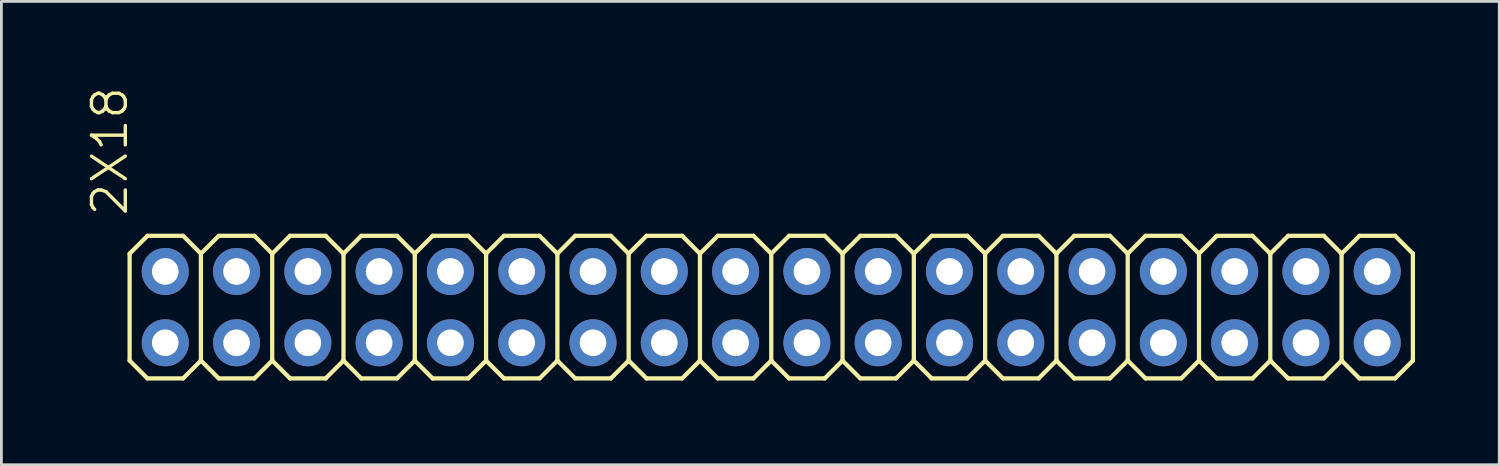
<source format=kicad_pcb>
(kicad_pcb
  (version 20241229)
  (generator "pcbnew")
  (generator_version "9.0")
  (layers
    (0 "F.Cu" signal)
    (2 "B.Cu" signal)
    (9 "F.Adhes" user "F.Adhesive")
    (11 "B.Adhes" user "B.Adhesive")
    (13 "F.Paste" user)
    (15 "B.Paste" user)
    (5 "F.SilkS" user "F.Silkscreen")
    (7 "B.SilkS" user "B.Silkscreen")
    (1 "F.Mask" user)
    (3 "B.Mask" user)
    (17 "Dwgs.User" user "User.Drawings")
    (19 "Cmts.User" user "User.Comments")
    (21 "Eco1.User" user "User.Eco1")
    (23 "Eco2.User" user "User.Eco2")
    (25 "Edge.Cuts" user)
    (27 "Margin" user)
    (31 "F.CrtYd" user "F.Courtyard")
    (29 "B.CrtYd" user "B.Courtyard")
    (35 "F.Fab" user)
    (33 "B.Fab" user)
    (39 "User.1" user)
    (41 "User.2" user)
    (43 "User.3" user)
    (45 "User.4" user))
  (footprint "2X18"
    (layer "F.Cu")
    (at 24.428 7.892)
    (property "Reference" "2X18" (at -22.86 -3.175 90) (layer "F.SilkS") (effects (font (size 1.206 1.206) (thickness 0.121)) (justify left bottom)))
    (attr through_hole)
    (fp_line (start -22.86 -1.905) (end -22.225 -2.54) (stroke (width 0.152) (type solid)) (layer "F.SilkS"))
    (fp_line (start -22.86 1.905) (end -22.86 -1.905) (stroke (width 0.152) (type solid)) (layer "F.SilkS"))
    (fp_line (start -22.86 1.905) (end -22.225 2.54) (stroke (width 0.152) (type solid)) (layer "F.SilkS"))
    (fp_line (start -22.225 -2.54) (end -20.955 -2.54) (stroke (width 0.152) (type solid)) (layer "F.SilkS"))
    (fp_line (start -22.225 2.54) (end -20.955 2.54) (stroke (width 0.152) (type solid)) (layer "F.SilkS"))
    (fp_line (start -20.955 -2.54) (end -20.32 -1.905) (stroke (width 0.152) (type solid)) (layer "F.SilkS"))
    (fp_line (start -20.955 2.54) (end -20.32 1.905) (stroke (width 0.152) (type solid)) (layer "F.SilkS"))
    (fp_line (start -20.32 -1.905) (end -20.32 1.905) (stroke (width 0.152) (type solid)) (layer "F.SilkS"))
    (fp_line (start -20.32 -1.905) (end -19.685 -2.54) (stroke (width 0.152) (type solid)) (layer "F.SilkS"))
    (fp_line (start -20.32 1.905) (end -19.685 2.54) (stroke (width 0.152) (type solid)) (layer "F.SilkS"))
    (fp_line (start -19.685 -2.54) (end -18.415 -2.54) (stroke (width 0.152) (type solid)) (layer "F.SilkS"))
    (fp_line (start -19.685 2.54) (end -18.415 2.54) (stroke (width 0.152) (type solid)) (layer "F.SilkS"))
    (fp_line (start -18.415 -2.54) (end -17.78 -1.905) (stroke (width 0.152) (type solid)) (layer "F.SilkS"))
    (fp_line (start -18.415 2.54) (end -17.78 1.905) (stroke (width 0.152) (type solid)) (layer "F.SilkS"))
    (fp_line (start -17.78 -1.905) (end -17.78 1.905) (stroke (width 0.152) (type solid)) (layer "F.SilkS"))
    (fp_line (start -17.78 -1.905) (end -17.145 -2.54) (stroke (width 0.152) (type solid)) (layer "F.SilkS"))
    (fp_line (start -17.78 1.905) (end -17.145 2.54) (stroke (width 0.152) (type solid)) (layer "F.SilkS"))
    (fp_line (start -17.145 -2.54) (end -15.875 -2.54) (stroke (width 0.152) (type solid)) (layer "F.SilkS"))
    (fp_line (start -17.145 2.54) (end -15.875 2.54) (stroke (width 0.152) (type solid)) (layer "F.SilkS"))
    (fp_line (start -15.875 -2.54) (end -15.24 -1.905) (stroke (width 0.152) (type solid)) (layer "F.SilkS"))
    (fp_line (start -15.875 2.54) (end -15.24 1.905) (stroke (width 0.152) (type solid)) (layer "F.SilkS"))
    (fp_line (start -15.24 -1.905) (end -15.24 1.905) (stroke (width 0.152) (type solid)) (layer "F.SilkS"))
    (fp_line (start -15.24 -1.905) (end -14.605 -2.54) (stroke (width 0.152) (type solid)) (layer "F.SilkS"))
    (fp_line (start -15.24 1.905) (end -14.605 2.54) (stroke (width 0.152) (type solid)) (layer "F.SilkS"))
    (fp_line (start -14.605 -2.54) (end -13.335 -2.54) (stroke (width 0.152) (type solid)) (layer "F.SilkS"))
    (fp_line (start -14.605 2.54) (end -13.335 2.54) (stroke (width 0.152) (type solid)) (layer "F.SilkS"))
    (fp_line (start -13.335 -2.54) (end -12.7 -1.905) (stroke (width 0.152) (type solid)) (layer "F.SilkS"))
    (fp_line (start -13.335 2.54) (end -12.7 1.905) (stroke (width 0.152) (type solid)) (layer "F.SilkS"))
    (fp_line (start -12.7 -1.905) (end -12.7 1.905) (stroke (width 0.152) (type solid)) (layer "F.SilkS"))
    (fp_line (start -12.7 -1.905) (end -12.065 -2.54) (stroke (width 0.152) (type solid)) (layer "F.SilkS"))
    (fp_line (start -12.7 1.905) (end -12.065 2.54) (stroke (width 0.152) (type solid)) (layer "F.SilkS"))
    (fp_line (start -12.065 -2.54) (end -10.795 -2.54) (stroke (width 0.152) (type solid)) (layer "F.SilkS"))
    (fp_line (start -12.065 2.54) (end -10.795 2.54) (stroke (width 0.152) (type solid)) (layer "F.SilkS"))
    (fp_line (start -10.795 -2.54) (end -10.16 -1.905) (stroke (width 0.152) (type solid)) (layer "F.SilkS"))
    (fp_line (start -10.795 2.54) (end -10.16 1.905) (stroke (width 0.152) (type solid)) (layer "F.SilkS"))
    (fp_line (start -10.16 -1.905) (end -10.16 1.905) (stroke (width 0.152) (type solid)) (layer "F.SilkS"))
    (fp_line (start -10.16 -1.905) (end -9.525 -2.54) (stroke (width 0.152) (type solid)) (layer "F.SilkS"))
    (fp_line (start -10.16 1.905) (end -9.525 2.54) (stroke (width 0.152) (type solid)) (layer "F.SilkS"))
    (fp_line (start -9.525 -2.54) (end -8.255 -2.54) (stroke (width 0.152) (type solid)) (layer "F.SilkS"))
    (fp_line (start -9.525 2.54) (end -8.255 2.54) (stroke (width 0.152) (type solid)) (layer "F.SilkS"))
    (fp_line (start -8.255 -2.54) (end -7.62 -1.905) (stroke (width 0.152) (type solid)) (layer "F.SilkS"))
    (fp_line (start -8.255 2.54) (end -7.62 1.905) (stroke (width 0.152) (type solid)) (layer "F.SilkS"))
    (fp_line (start -7.62 -1.905) (end -7.62 1.905) (stroke (width 0.152) (type solid)) (layer "F.SilkS"))
    (fp_line (start -7.62 -1.905) (end -6.985 -2.54) (stroke (width 0.152) (type solid)) (layer "F.SilkS"))
    (fp_line (start -7.62 1.905) (end -6.985 2.54) (stroke (width 0.152) (type solid)) (layer "F.SilkS"))
    (fp_line (start -6.985 -2.54) (end -5.715 -2.54) (stroke (width 0.152) (type solid)) (layer "F.SilkS"))
    (fp_line (start -5.715 -2.54) (end -5.08 -1.905) (stroke (width 0.152) (type solid)) (layer "F.SilkS"))
    (fp_line (start -5.715 2.54) (end -6.985 2.54) (stroke (width 0.152) (type solid)) (layer "F.SilkS"))
    (fp_line (start -5.08 -1.905) (end -5.08 1.905) (stroke (width 0.152) (type solid)) (layer "F.SilkS"))
    (fp_line (start -5.08 -1.905) (end -4.445 -2.54) (stroke (width 0.152) (type solid)) (layer "F.SilkS"))
    (fp_line (start -5.08 1.905) (end -5.715 2.54) (stroke (width 0.152) (type solid)) (layer "F.SilkS"))
    (fp_line (start -5.08 1.905) (end -4.445 2.54) (stroke (width 0.152) (type solid)) (layer "F.SilkS"))
    (fp_line (start -4.445 -2.54) (end -3.175 -2.54) (stroke (width 0.152) (type solid)) (layer "F.SilkS"))
    (fp_line (start -3.175 -2.54) (end -2.54 -1.905) (stroke (width 0.152) (type solid)) (layer "F.SilkS"))
    (fp_line (start -3.175 2.54) (end -4.445 2.54) (stroke (width 0.152) (type solid)) (layer "F.SilkS"))
    (fp_line (start -2.54 -1.905) (end -2.54 1.905) (stroke (width 0.152) (type solid)) (layer "F.SilkS"))
    (fp_line (start -2.54 -1.905) (end -1.905 -2.54) (stroke (width 0.152) (type solid)) (layer "F.SilkS"))
    (fp_line (start -2.54 1.905) (end -3.175 2.54) (stroke (width 0.152) (type solid)) (layer "F.SilkS"))
    (fp_line (start -2.54 1.905) (end -1.905 2.54) (stroke (width 0.152) (type solid)) (layer "F.SilkS"))
    (fp_line (start -1.905 -2.54) (end -0.635 -2.54) (stroke (width 0.152) (type solid)) (layer "F.SilkS"))
    (fp_line (start -0.635 -2.54) (end 0 -1.905) (stroke (width 0.152) (type solid)) (layer "F.SilkS"))
    (fp_line (start -0.635 2.54) (end -1.905 2.54) (stroke (width 0.152) (type solid)) (layer "F.SilkS"))
    (fp_line (start 0 -1.905) (end 0 1.905) (stroke (width 0.152) (type solid)) (layer "F.SilkS"))
    (fp_line (start 0 -1.905) (end 0.635 -2.54) (stroke (width 0.152) (type solid)) (layer "F.SilkS"))
    (fp_line (start 0 1.905) (end -0.635 2.54) (stroke (width 0.152) (type solid)) (layer "F.SilkS"))
    (fp_line (start 0 1.905) (end 0.635 2.54) (stroke (width 0.152) (type solid)) (layer "F.SilkS"))
    (fp_line (start 0.635 -2.54) (end 1.905 -2.54) (stroke (width 0.152) (type solid)) (layer "F.SilkS"))
    (fp_line (start 1.905 -2.54) (end 2.54 -1.905) (stroke (width 0.152) (type solid)) (layer "F.SilkS"))
    (fp_line (start 1.905 2.54) (end 0.635 2.54) (stroke (width 0.152) (type solid)) (layer "F.SilkS"))
    (fp_line (start 2.54 -1.905) (end 2.54 1.905) (stroke (width 0.152) (type solid)) (layer "F.SilkS"))
    (fp_line (start 2.54 -1.905) (end 3.175 -2.54) (stroke (width 0.152) (type solid)) (layer "F.SilkS"))
    (fp_line (start 2.54 1.905) (end 1.905 2.54) (stroke (width 0.152) (type solid)) (layer "F.SilkS"))
    (fp_line (start 2.54 1.905) (end 3.175 2.54) (stroke (width 0.152) (type solid)) (layer "F.SilkS"))
    (fp_line (start 3.175 -2.54) (end 4.445 -2.54) (stroke (width 0.152) (type solid)) (layer "F.SilkS"))
    (fp_line (start 4.445 -2.54) (end 5.08 -1.905) (stroke (width 0.152) (type solid)) (layer "F.SilkS"))
    (fp_line (start 4.445 2.54) (end 3.175 2.54) (stroke (width 0.152) (type solid)) (layer "F.SilkS"))
    (fp_line (start 5.08 -1.905) (end 5.08 1.905) (stroke (width 0.152) (type solid)) (layer "F.SilkS"))
    (fp_line (start 5.08 -1.905) (end 5.715 -2.54) (stroke (width 0.152) (type solid)) (layer "F.SilkS"))
    (fp_line (start 5.08 1.905) (end 4.445 2.54) (stroke (width 0.152) (type solid)) (layer "F.SilkS"))
    (fp_line (start 5.08 1.905) (end 5.715 2.54) (stroke (width 0.152) (type solid)) (layer "F.SilkS"))
    (fp_line (start 5.715 -2.54) (end 6.985 -2.54) (stroke (width 0.152) (type solid)) (layer "F.SilkS"))
    (fp_line (start 6.985 2.54) (end 5.715 2.54) (stroke (width 0.152) (type solid)) (layer "F.SilkS"))
    (fp_line (start 7.62 -1.905) (end 6.985 -2.54) (stroke (width 0.152) (type solid)) (layer "F.SilkS"))
    (fp_line (start 7.62 -1.905) (end 7.62 1.905) (stroke (width 0.152) (type solid)) (layer "F.SilkS"))
    (fp_line (start 7.62 -1.905) (end 8.255 -2.54) (stroke (width 0.152) (type solid)) (layer "F.SilkS"))
    (fp_line (start 7.62 1.905) (end 6.985 2.54) (stroke (width 0.152) (type solid)) (layer "F.SilkS"))
    (fp_line (start 7.62 1.905) (end 8.255 2.54) (stroke (width 0.152) (type solid)) (layer "F.SilkS"))
    (fp_line (start 9.525 -2.54) (end 8.255 -2.54) (stroke (width 0.152) (type solid)) (layer "F.SilkS"))
    (fp_line (start 9.525 -2.54) (end 10.16 -1.905) (stroke (width 0.152) (type solid)) (layer "F.SilkS"))
    (fp_line (start 9.525 2.54) (end 8.255 2.54) (stroke (width 0.152) (type solid)) (layer "F.SilkS"))
    (fp_line (start 10.16 -1.905) (end 10.16 1.905) (stroke (width 0.152) (type solid)) (layer "F.SilkS"))
    (fp_line (start 10.16 -1.905) (end 10.795 -2.54) (stroke (width 0.152) (type solid)) (layer "F.SilkS"))
    (fp_line (start 10.16 1.905) (end 9.525 2.54) (stroke (width 0.152) (type solid)) (layer "F.SilkS"))
    (fp_line (start 10.16 1.905) (end 10.795 2.54) (stroke (width 0.152) (type solid)) (layer "F.SilkS"))
    (fp_line (start 12.065 -2.54) (end 10.795 -2.54) (stroke (width 0.152) (type solid)) (layer "F.SilkS"))
    (fp_line (start 12.065 -2.54) (end 12.7 -1.905) (stroke (width 0.152) (type solid)) (layer "F.SilkS"))
    (fp_line (start 12.065 2.54) (end 10.795 2.54) (stroke (width 0.152) (type solid)) (layer "F.SilkS"))
    (fp_line (start 12.7 -1.905) (end 12.7 1.905) (stroke (width 0.152) (type solid)) (layer "F.SilkS"))
    (fp_line (start 12.7 -1.905) (end 13.335 -2.54) (stroke (width 0.152) (type solid)) (layer "F.SilkS"))
    (fp_line (start 12.7 1.905) (end 12.065 2.54) (stroke (width 0.152) (type solid)) (layer "F.SilkS"))
    (fp_line (start 13.335 2.54) (end 12.7 1.905) (stroke (width 0.152) (type solid)) (layer "F.SilkS"))
    (fp_line (start 13.335 2.54) (end 14.605 2.54) (stroke (width 0.152) (type solid)) (layer "F.SilkS"))
    (fp_line (start 14.605 -2.54) (end 13.335 -2.54) (stroke (width 0.152) (type solid)) (layer "F.SilkS"))
    (fp_line (start 14.605 -2.54) (end 15.24 -1.905) (stroke (width 0.152) (type solid)) (layer "F.SilkS"))
    (fp_line (start 15.24 -1.905) (end 15.24 1.905) (stroke (width 0.152) (type solid)) (layer "F.SilkS"))
    (fp_line (start 15.24 -1.905) (end 15.875 -2.54) (stroke (width 0.152) (type solid)) (layer "F.SilkS"))
    (fp_line (start 15.24 1.905) (end 14.605 2.54) (stroke (width 0.152) (type solid)) (layer "F.SilkS"))
    (fp_line (start 15.875 2.54) (end 15.24 1.905) (stroke (width 0.152) (type solid)) (layer "F.SilkS"))
    (fp_line (start 15.875 2.54) (end 17.145 2.54) (stroke (width 0.152) (type solid)) (layer "F.SilkS"))
    (fp_line (start 17.145 -2.54) (end 15.875 -2.54) (stroke (width 0.152) (type solid)) (layer "F.SilkS"))
    (fp_line (start 17.145 -2.54) (end 17.78 -1.905) (stroke (width 0.152) (type solid)) (layer "F.SilkS"))
    (fp_line (start 17.78 -1.905) (end 17.78 1.905) (stroke (width 0.152) (type solid)) (layer "F.SilkS"))
    (fp_line (start 17.78 -1.905) (end 18.415 -2.54) (stroke (width 0.152) (type solid)) (layer "F.SilkS"))
    (fp_line (start 17.78 1.905) (end 17.145 2.54) (stroke (width 0.152) (type solid)) (layer "F.SilkS"))
    (fp_line (start 17.78 1.905) (end 18.415 2.54) (stroke (width 0.152) (type solid)) (layer "F.SilkS"))
    (fp_line (start 19.685 -2.54) (end 18.415 -2.54) (stroke (width 0.152) (type solid)) (layer "F.SilkS"))
    (fp_line (start 19.685 -2.54) (end 20.32 -1.905) (stroke (width 0.152) (type solid)) (layer "F.SilkS"))
    (fp_line (start 19.685 2.54) (end 18.415 2.54) (stroke (width 0.152) (type solid)) (layer "F.SilkS"))
    (fp_line (start 20.32 -1.905) (end 20.32 1.905) (stroke (width 0.152) (type solid)) (layer "F.SilkS"))
    (fp_line (start 20.32 -1.905) (end 20.955 -2.54) (stroke (width 0.152) (type solid)) (layer "F.SilkS"))
    (fp_line (start 20.32 1.905) (end 19.685 2.54) (stroke (width 0.152) (type solid)) (layer "F.SilkS"))
    (fp_line (start 20.32 1.905) (end 20.955 2.54) (stroke (width 0.152) (type solid)) (layer "F.SilkS"))
    (fp_line (start 22.225 -2.54) (end 20.955 -2.54) (stroke (width 0.152) (type solid)) (layer "F.SilkS"))
    (fp_line (start 22.225 -2.54) (end 22.86 -1.905) (stroke (width 0.152) (type solid)) (layer "F.SilkS"))
    (fp_line (start 22.225 2.54) (end 20.955 2.54) (stroke (width 0.152) (type solid)) (layer "F.SilkS"))
    (fp_line (start 22.86 -1.905) (end 22.86 1.905) (stroke (width 0.152) (type solid)) (layer "F.SilkS"))
    (fp_line (start 22.86 1.905) (end 22.225 2.54) (stroke (width 0.152) (type solid)) (layer "F.SilkS"))
    (fp_poly (pts (xy -21.844 -1.016) (xy -21.336 -1.016) (xy -21.336 -1.524) (xy -21.844 -1.524)) (stroke (width 0.1) (type solid)) (fill no) (layer "F.Fab"))
    (fp_poly (pts (xy -21.844 1.524) (xy -21.336 1.524) (xy -21.336 1.016) (xy -21.844 1.016)) (stroke (width 0.1) (type solid)) (fill no) (layer "F.Fab"))
    (fp_poly (pts (xy -19.304 -1.016) (xy -18.796 -1.016) (xy -18.796 -1.524) (xy -19.304 -1.524)) (stroke (width 0.1) (type solid)) (fill no) (layer "F.Fab"))
    (fp_poly (pts (xy -19.304 1.524) (xy -18.796 1.524) (xy -18.796 1.016) (xy -19.304 1.016)) (stroke (width 0.1) (type solid)) (fill no) (layer "F.Fab"))
    (fp_poly (pts (xy -16.764 -1.016) (xy -16.256 -1.016) (xy -16.256 -1.524) (xy -16.764 -1.524)) (stroke (width 0.1) (type solid)) (fill no) (layer "F.Fab"))
    (fp_poly (pts (xy -16.764 1.524) (xy -16.256 1.524) (xy -16.256 1.016) (xy -16.764 1.016)) (stroke (width 0.1) (type solid)) (fill no) (layer "F.Fab"))
    (fp_poly (pts (xy -14.224 -1.016) (xy -13.716 -1.016) (xy -13.716 -1.524) (xy -14.224 -1.524)) (stroke (width 0.1) (type solid)) (fill no) (layer "F.Fab"))
    (fp_poly (pts (xy -14.224 1.524) (xy -13.716 1.524) (xy -13.716 1.016) (xy -14.224 1.016)) (stroke (width 0.1) (type solid)) (fill no) (layer "F.Fab"))
    (fp_poly (pts (xy -11.684 -1.016) (xy -11.176 -1.016) (xy -11.176 -1.524) (xy -11.684 -1.524)) (stroke (width 0.1) (type solid)) (fill no) (layer "F.Fab"))
    (fp_poly (pts (xy -11.684 1.524) (xy -11.176 1.524) (xy -11.176 1.016) (xy -11.684 1.016)) (stroke (width 0.1) (type solid)) (fill no) (layer "F.Fab"))
    (fp_poly (pts (xy -9.144 -1.016) (xy -8.636 -1.016) (xy -8.636 -1.524) (xy -9.144 -1.524)) (stroke (width 0.1) (type solid)) (fill no) (layer "F.Fab"))
    (fp_poly (pts (xy -9.144 1.524) (xy -8.636 1.524) (xy -8.636 1.016) (xy -9.144 1.016)) (stroke (width 0.1) (type solid)) (fill no) (layer "F.Fab"))
    (fp_poly (pts (xy -6.604 -1.016) (xy -6.096 -1.016) (xy -6.096 -1.524) (xy -6.604 -1.524)) (stroke (width 0.1) (type solid)) (fill no) (layer "F.Fab"))
    (fp_poly (pts (xy -6.604 1.524) (xy -6.096 1.524) (xy -6.096 1.016) (xy -6.604 1.016)) (stroke (width 0.1) (type solid)) (fill no) (layer "F.Fab"))
    (fp_poly (pts (xy -4.064 -1.016) (xy -3.556 -1.016) (xy -3.556 -1.524) (xy -4.064 -1.524)) (stroke (width 0.1) (type solid)) (fill no) (layer "F.Fab"))
    (fp_poly (pts (xy -4.064 1.524) (xy -3.556 1.524) (xy -3.556 1.016) (xy -4.064 1.016)) (stroke (width 0.1) (type solid)) (fill no) (layer "F.Fab"))
    (fp_poly (pts (xy -1.524 -1.016) (xy -1.016 -1.016) (xy -1.016 -1.524) (xy -1.524 -1.524)) (stroke (width 0.1) (type solid)) (fill no) (layer "F.Fab"))
    (fp_poly (pts (xy -1.524 1.524) (xy -1.016 1.524) (xy -1.016 1.016) (xy -1.524 1.016)) (stroke (width 0.1) (type solid)) (fill no) (layer "F.Fab"))
    (fp_poly (pts (xy 1.016 -1.016) (xy 1.524 -1.016) (xy 1.524 -1.524) (xy 1.016 -1.524)) (stroke (width 0.1) (type solid)) (fill no) (layer "F.Fab"))
    (fp_poly (pts (xy 1.016 1.524) (xy 1.524 1.524) (xy 1.524 1.016) (xy 1.016 1.016)) (stroke (width 0.1) (type solid)) (fill no) (layer "F.Fab"))
    (fp_poly (pts (xy 3.556 -1.016) (xy 4.064 -1.016) (xy 4.064 -1.524) (xy 3.556 -1.524)) (stroke (width 0.1) (type solid)) (fill no) (layer "F.Fab"))
    (fp_poly (pts (xy 3.556 1.524) (xy 4.064 1.524) (xy 4.064 1.016) (xy 3.556 1.016)) (stroke (width 0.1) (type solid)) (fill no) (layer "F.Fab"))
    (fp_poly (pts (xy 6.096 -1.016) (xy 6.604 -1.016) (xy 6.604 -1.524) (xy 6.096 -1.524)) (stroke (width 0.1) (type solid)) (fill no) (layer "F.Fab"))
    (fp_poly (pts (xy 6.096 1.524) (xy 6.604 1.524) (xy 6.604 1.016) (xy 6.096 1.016)) (stroke (width 0.1) (type solid)) (fill no) (layer "F.Fab"))
    (fp_poly (pts (xy 8.636 -1.016) (xy 9.144 -1.016) (xy 9.144 -1.524) (xy 8.636 -1.524)) (stroke (width 0.1) (type solid)) (fill no) (layer "F.Fab"))
    (fp_poly (pts (xy 8.636 1.524) (xy 9.144 1.524) (xy 9.144 1.016) (xy 8.636 1.016)) (stroke (width 0.1) (type solid)) (fill no) (layer "F.Fab"))
    (fp_poly (pts (xy 11.176 -1.016) (xy 11.684 -1.016) (xy 11.684 -1.524) (xy 11.176 -1.524)) (stroke (width 0.1) (type solid)) (fill no) (layer "F.Fab"))
    (fp_poly (pts (xy 11.176 1.524) (xy 11.684 1.524) (xy 11.684 1.016) (xy 11.176 1.016)) (stroke (width 0.1) (type solid)) (fill no) (layer "F.Fab"))
    (fp_poly (pts (xy 13.716 -1.016) (xy 14.224 -1.016) (xy 14.224 -1.524) (xy 13.716 -1.524)) (stroke (width 0.1) (type solid)) (fill no) (layer "F.Fab"))
    (fp_poly (pts (xy 13.716 1.524) (xy 14.224 1.524) (xy 14.224 1.016) (xy 13.716 1.016)) (stroke (width 0.1) (type solid)) (fill no) (layer "F.Fab"))
    (fp_poly (pts (xy 16.256 -1.016) (xy 16.764 -1.016) (xy 16.764 -1.524) (xy 16.256 -1.524)) (stroke (width 0.1) (type solid)) (fill no) (layer "F.Fab"))
    (fp_poly (pts (xy 16.256 1.524) (xy 16.764 1.524) (xy 16.764 1.016) (xy 16.256 1.016)) (stroke (width 0.1) (type solid)) (fill no) (layer "F.Fab"))
    (fp_poly (pts (xy 18.796 -1.016) (xy 19.304 -1.016) (xy 19.304 -1.524) (xy 18.796 -1.524)) (stroke (width 0.1) (type solid)) (fill no) (layer "F.Fab"))
    (fp_poly (pts (xy 18.796 1.524) (xy 19.304 1.524) (xy 19.304 1.016) (xy 18.796 1.016)) (stroke (width 0.1) (type solid)) (fill no) (layer "F.Fab"))
    (fp_poly (pts (xy 21.336 -1.016) (xy 21.844 -1.016) (xy 21.844 -1.524) (xy 21.336 -1.524)) (stroke (width 0.1) (type solid)) (fill no) (layer "F.Fab"))
    (fp_poly (pts (xy 21.336 1.524) (xy 21.844 1.524) (xy 21.844 1.016) (xy 21.336 1.016)) (stroke (width 0.1) (type solid)) (fill no) (layer "F.Fab"))
    (pad "1" thru_hole circle (at -21.59 1.27) (size 1.676 1.676) (drill 0.95) (layers "*.Cu" "*.Mask"))
    (pad "2" thru_hole circle (at -21.59 -1.27) (size 1.676 1.676) (drill 0.95) (layers "*.Cu" "*.Mask"))
    (pad "3" thru_hole circle (at -19.05 1.27) (size 1.676 1.676) (drill 0.95) (layers "*.Cu" "*.Mask"))
    (pad "4" thru_hole circle (at -19.05 -1.27) (size 1.676 1.676) (drill 0.95) (layers "*.Cu" "*.Mask"))
    (pad "5" thru_hole circle (at -16.51 1.27) (size 1.676 1.676) (drill 0.95) (layers "*.Cu" "*.Mask"))
    (pad "6" thru_hole circle (at -16.51 -1.27) (size 1.676 1.676) (drill 0.95) (layers "*.Cu" "*.Mask"))
    (pad "7" thru_hole circle (at -13.97 1.27) (size 1.676 1.676) (drill 0.95) (layers "*.Cu" "*.Mask"))
    (pad "8" thru_hole circle (at -13.97 -1.27) (size 1.676 1.676) (drill 0.95) (layers "*.Cu" "*.Mask"))
    (pad "9" thru_hole circle (at -11.43 1.27) (size 1.676 1.676) (drill 0.95) (layers "*.Cu" "*.Mask"))
    (pad "10" thru_hole circle (at -11.43 -1.27) (size 1.676 1.676) (drill 0.95) (layers "*.Cu" "*.Mask"))
    (pad "11" thru_hole circle (at -8.89 1.27) (size 1.676 1.676) (drill 0.95) (layers "*.Cu" "*.Mask"))
    (pad "12" thru_hole circle (at -8.89 -1.27) (size 1.676 1.676) (drill 0.95) (layers "*.Cu" "*.Mask"))
    (pad "13" thru_hole circle (at -6.35 1.27) (size 1.676 1.676) (drill 0.95) (layers "*.Cu" "*.Mask"))
    (pad "14" thru_hole circle (at -6.35 -1.27) (size 1.676 1.676) (drill 0.95) (layers "*.Cu" "*.Mask"))
    (pad "15" thru_hole circle (at -3.81 1.27) (size 1.676 1.676) (drill 0.95) (layers "*.Cu" "*.Mask"))
    (pad "16" thru_hole circle (at -3.81 -1.27) (size 1.676 1.676) (drill 0.95) (layers "*.Cu" "*.Mask"))
    (pad "17" thru_hole circle (at -1.27 1.27) (size 1.676 1.676) (drill 0.95) (layers "*.Cu" "*.Mask"))
    (pad "18" thru_hole circle (at -1.27 -1.27) (size 1.676 1.676) (drill 0.95) (layers "*.Cu" "*.Mask"))
    (pad "19" thru_hole circle (at 1.27 1.27) (size 1.676 1.676) (drill 0.95) (layers "*.Cu" "*.Mask"))
    (pad "20" thru_hole circle (at 1.27 -1.27) (size 1.676 1.676) (drill 0.95) (layers "*.Cu" "*.Mask"))
    (pad "21" thru_hole circle (at 3.81 1.27) (size 1.676 1.676) (drill 0.95) (layers "*.Cu" "*.Mask"))
    (pad "22" thru_hole circle (at 3.81 -1.27) (size 1.676 1.676) (drill 0.95) (layers "*.Cu" "*.Mask"))
    (pad "23" thru_hole circle (at 6.35 1.27) (size 1.676 1.676) (drill 0.95) (layers "*.Cu" "*.Mask"))
    (pad "24" thru_hole circle (at 6.35 -1.27) (size 1.676 1.676) (drill 0.95) (layers "*.Cu" "*.Mask"))
    (pad "25" thru_hole circle (at 8.89 1.27) (size 1.676 1.676) (drill 0.95) (layers "*.Cu" "*.Mask"))
    (pad "26" thru_hole circle (at 8.89 -1.27) (size 1.676 1.676) (drill 0.95) (layers "*.Cu" "*.Mask"))
    (pad "27" thru_hole circle (at 11.43 1.27) (size 1.676 1.676) (drill 0.95) (layers "*.Cu" "*.Mask"))
    (pad "28" thru_hole circle (at 11.43 -1.27) (size 1.676 1.676) (drill 0.95) (layers "*.Cu" "*.Mask"))
    (pad "29" thru_hole circle (at 13.97 1.27) (size 1.676 1.676) (drill 0.95) (layers "*.Cu" "*.Mask"))
    (pad "30" thru_hole circle (at 13.97 -1.27) (size 1.676 1.676) (drill 0.95) (layers "*.Cu" "*.Mask"))
    (pad "31" thru_hole circle (at 16.51 1.27) (size 1.676 1.676) (drill 0.95) (layers "*.Cu" "*.Mask"))
    (pad "32" thru_hole circle (at 16.51 -1.27) (size 1.676 1.676) (drill 0.95) (layers "*.Cu" "*.Mask"))
    (pad "33" thru_hole circle (at 19.05 1.27) (size 1.676 1.676) (drill 0.95) (layers "*.Cu" "*.Mask"))
    (pad "34" thru_hole circle (at 19.05 -1.27) (size 1.676 1.676) (drill 0.95) (layers "*.Cu" "*.Mask"))
    (pad "35" thru_hole circle (at 21.59 1.27) (size 1.676 1.676) (drill 0.95) (layers "*.Cu" "*.Mask"))
    (pad "36" thru_hole circle (at 21.59 -1.27) (size 1.676 1.676) (drill 0.95) (layers "*.Cu" "*.Mask")))
  (gr_rect
    (start -3 -3)
    (end 50.365 13.508)
    (stroke (width 0.1) (type default))
    (fill no)
    (layer "Edge.Cuts")))
</source>
